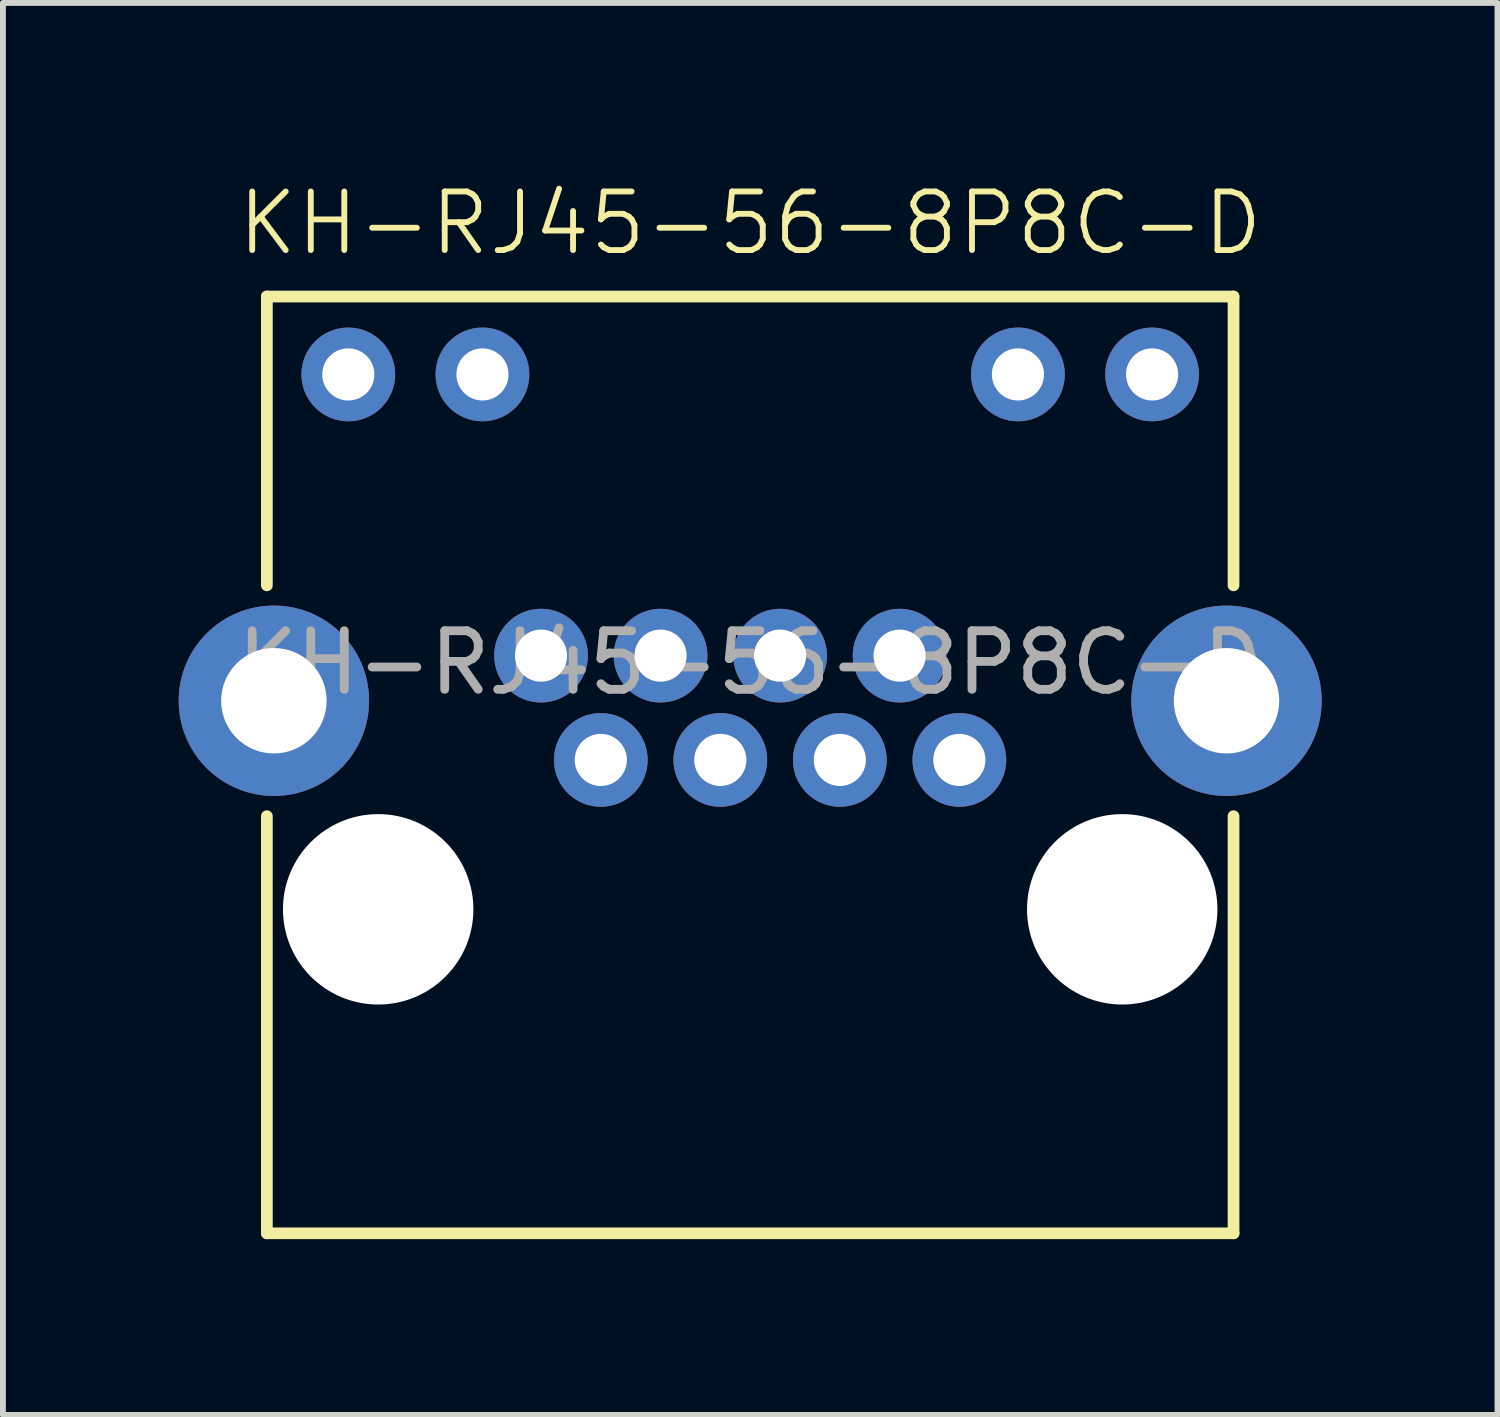
<source format=kicad_pcb>
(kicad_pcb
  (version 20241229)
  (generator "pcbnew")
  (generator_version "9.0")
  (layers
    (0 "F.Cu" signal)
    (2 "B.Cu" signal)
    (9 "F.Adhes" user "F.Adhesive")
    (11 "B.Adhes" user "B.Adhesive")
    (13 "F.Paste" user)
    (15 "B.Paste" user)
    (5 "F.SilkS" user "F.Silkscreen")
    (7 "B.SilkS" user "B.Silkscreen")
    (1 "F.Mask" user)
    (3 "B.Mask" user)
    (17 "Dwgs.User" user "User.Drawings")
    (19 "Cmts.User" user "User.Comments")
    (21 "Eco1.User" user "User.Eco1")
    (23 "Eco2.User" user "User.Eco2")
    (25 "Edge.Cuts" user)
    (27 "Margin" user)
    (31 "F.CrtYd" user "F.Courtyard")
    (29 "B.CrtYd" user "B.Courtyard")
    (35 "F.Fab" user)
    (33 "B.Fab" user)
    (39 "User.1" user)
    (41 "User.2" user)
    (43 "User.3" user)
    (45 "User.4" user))
  (footprint "KH-RJ45-56-8P8C-D"
    (layer "F.Cu")
    (at 9.755 7.261)
    (property "Reference" "KH-RJ45-56-8P8C-D" (at 0 -6.5 0) (unlocked yes) (layer "F.SilkS") (effects (font (size 1 1) (thickness 0.1))))
    (attr smd)
    (fp_line (start -8.25 -5.25) (end -8.25 -0.32) (stroke (width 0.2) (type default)) (layer "F.SilkS"))
    (fp_line (start -8.25 10.74) (end -8.25 3.62) (stroke (width 0.2) (type default)) (layer "F.SilkS"))
    (fp_line (start -8.25 10.74) (end 8.25 10.74) (stroke (width 0.2) (type default)) (layer "F.SilkS"))
    (fp_line (start 8.25 -5.25) (end -8.25 -5.25) (stroke (width 0.2) (type default)) (layer "F.SilkS"))
    (fp_line (start 8.25 -5.25) (end 8.25 -0.32) (stroke (width 0.2) (type default)) (layer "F.SilkS"))
    (fp_line (start 8.25 10.74) (end 8.25 3.62) (stroke (width 0.2) (type default)) (layer "F.SilkS"))
    (fp_text user "${REFERENCE}" (at 0 1 0) (unlocked yes) (layer "F.Fab") (effects (font (size 1 1) (thickness 0.15))))
    (pad "" np_thru_hole circle (at -6.35 5.21) (size 3.25 3.25) (drill 3.25) (layers "*.Cu" "*.Mask"))
    (pad "" np_thru_hole circle (at 6.35 5.21) (size 3.25 3.25) (drill 3.25) (layers "*.Cu" "*.Mask"))
    (pad "1" thru_hole circle (at 3.57 2.66) (size 1.6 1.6) (drill 0.89) (layers "*.Cu" "*.Mask"))
    (pad "2" thru_hole circle (at 2.55 0.88) (size 1.6 1.6) (drill 0.89) (layers "*.Cu" "*.Mask"))
    (pad "3" thru_hole circle (at 1.53 2.66) (size 1.6 1.6) (drill 0.89) (layers "*.Cu" "*.Mask"))
    (pad "4" thru_hole circle (at 0.51 0.88) (size 1.6 1.6) (drill 0.89) (layers "*.Cu" "*.Mask"))
    (pad "5" thru_hole circle (at -0.51 2.66) (size 1.6 1.6) (drill 0.89) (layers "*.Cu" "*.Mask"))
    (pad "6" thru_hole circle (at -1.53 0.88) (size 1.6 1.6) (drill 0.89) (layers "*.Cu" "*.Mask"))
    (pad "7" thru_hole circle (at -2.55 2.66) (size 1.6 1.6) (drill 0.89) (layers "*.Cu" "*.Mask"))
    (pad "8" thru_hole circle (at -3.57 0.88) (size 1.6 1.6) (drill 0.89) (layers "*.Cu" "*.Mask"))
    (pad "9" thru_hole circle (at 6.86 -3.92) (size 1.6 1.6) (drill 0.89) (layers "*.Cu" "*.Mask"))
    (pad "10" thru_hole circle (at 4.57 -3.92) (size 1.6 1.6) (drill 0.89) (layers "*.Cu" "*.Mask"))
    (pad "11" thru_hole circle (at -4.57 -3.92) (size 1.6 1.6) (drill 0.89) (layers "*.Cu" "*.Mask"))
    (pad "12" thru_hole circle (at -6.86 -3.92) (size 1.6 1.6) (drill 0.89) (layers "*.Cu" "*.Mask"))
    (pad "SH" thru_hole oval (at -8.13 1.65) (size 3.25 3.25) (drill 1.8) (layers "*.Cu" "*.Mask"))
    (pad "SH" thru_hole oval (at 8.13 1.65) (size 3.25 3.25) (drill 1.8) (layers "*.Cu" "*.Mask")))
  (gr_rect
    (start -3 -3)
    (end 22.51 21.101)
    (stroke (width 0.1) (type default))
    (fill no)
    (layer "Edge.Cuts")))
</source>
